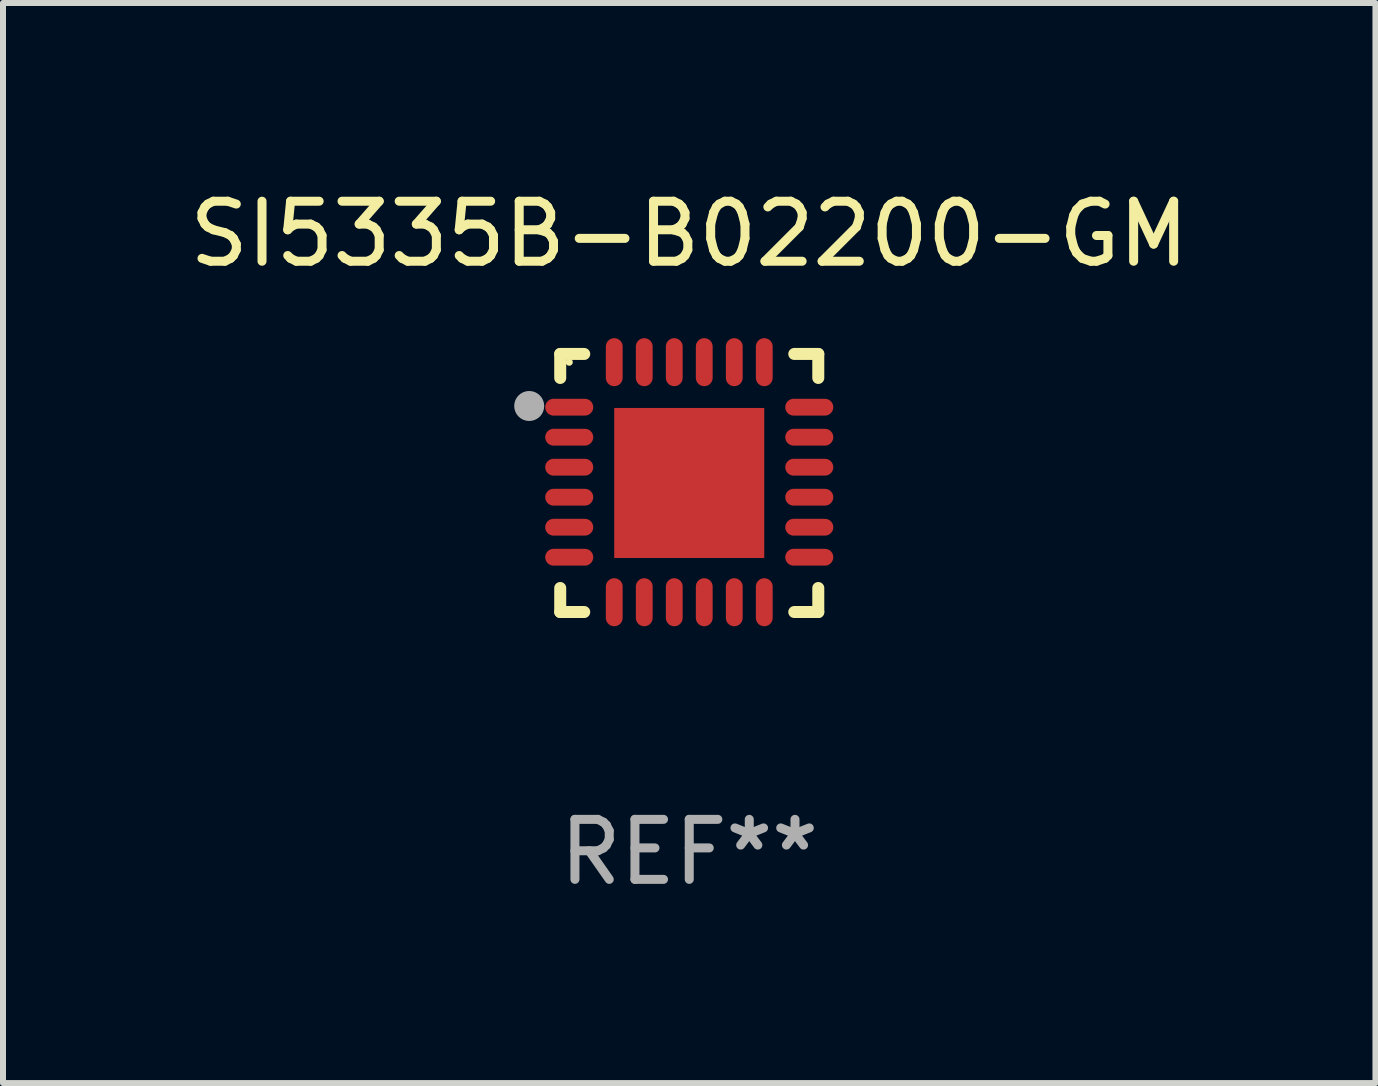
<source format=kicad_pcb>
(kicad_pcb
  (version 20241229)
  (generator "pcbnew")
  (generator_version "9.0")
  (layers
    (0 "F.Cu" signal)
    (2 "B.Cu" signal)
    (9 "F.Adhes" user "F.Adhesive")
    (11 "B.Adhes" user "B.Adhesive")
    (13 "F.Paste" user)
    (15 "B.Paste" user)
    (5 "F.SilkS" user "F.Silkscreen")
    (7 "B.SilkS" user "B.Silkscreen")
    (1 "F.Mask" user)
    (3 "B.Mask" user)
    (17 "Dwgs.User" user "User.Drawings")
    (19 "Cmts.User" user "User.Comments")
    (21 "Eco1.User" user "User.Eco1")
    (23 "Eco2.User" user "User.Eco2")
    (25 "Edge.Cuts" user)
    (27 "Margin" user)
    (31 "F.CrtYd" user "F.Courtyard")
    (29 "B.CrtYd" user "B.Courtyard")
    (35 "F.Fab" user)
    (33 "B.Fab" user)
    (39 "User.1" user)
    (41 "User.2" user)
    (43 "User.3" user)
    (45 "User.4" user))
  (footprint "SI5335B-B02200-GM"
    (layer "F.Cu")
    (at 8.435 4.998)
    (property "Reference" "SI5335B-B02200-GM" (at 0 -4.15 0) (layer "F.SilkS") (effects (font (size 1 1) (thickness 0.15))))
    (attr through_hole)
    (fp_line (start -2.15 -2.15) (end -1.75 -2.15) (stroke (width 0.2) (type solid)) (layer "F.SilkS"))
    (fp_line (start -2.15 -1.75) (end -2.15 -2.15) (stroke (width 0.2) (type solid)) (layer "F.SilkS"))
    (fp_line (start -2.15 2.15) (end -2.15 1.75) (stroke (width 0.2) (type solid)) (layer "F.SilkS"))
    (fp_line (start -1.75 2.15) (end -2.15 2.15) (stroke (width 0.2) (type solid)) (layer "F.SilkS"))
    (fp_line (start 1.75 -2.15) (end 2.15 -2.15) (stroke (width 0.2) (type solid)) (layer "F.SilkS"))
    (fp_line (start 1.75 2.15) (end 2.15 2.15) (stroke (width 0.2) (type solid)) (layer "F.SilkS"))
    (fp_line (start 2.15 -2.15) (end 2.15 -1.75) (stroke (width 0.2) (type solid)) (layer "F.SilkS"))
    (fp_line (start 2.15 2.15) (end 2.15 1.75) (stroke (width 0.2) (type solid)) (layer "F.SilkS"))
    (fp_circle (center -2 -2.013) (end -1.97 -2.013) (stroke (width 0.06) (type solid)) (fill no) (layer "F.SilkS"))
    (fp_circle (center -2.667 -1.283) (end -2.542 -1.283) (stroke (width 0.25) (type solid)) (fill no) (layer "F.Fab"))
    (fp_text user "REF**" (at 0 6.15 0) (layer "F.Fab") (effects (font (size 1 1) (thickness 0.15))))
    (pad "1" smd oval (at -2 -1.263) (size 0.8 0.28) (layers "F.Cu" "F.Mask" "F.Paste"))
    (pad "2" smd oval (at -2 -0.763) (size 0.8 0.28) (layers "F.Cu" "F.Mask" "F.Paste"))
    (pad "3" smd oval (at -2 -0.263) (size 0.8 0.28) (layers "F.Cu" "F.Mask" "F.Paste"))
    (pad "4" smd oval (at -2 0.237) (size 0.8 0.28) (layers "F.Cu" "F.Mask" "F.Paste"))
    (pad "5" smd oval (at -2 0.737) (size 0.8 0.28) (layers "F.Cu" "F.Mask" "F.Paste"))
    (pad "6" smd oval (at -2 1.237) (size 0.8 0.28) (layers "F.Cu" "F.Mask" "F.Paste"))
    (pad "7" smd oval (at -1.25 1.987) (size 0.28 0.8) (layers "F.Cu" "F.Mask" "F.Paste"))
    (pad "8" smd oval (at -0.75 1.987) (size 0.28 0.8) (layers "F.Cu" "F.Mask" "F.Paste"))
    (pad "9" smd oval (at -0.25 1.987) (size 0.28 0.8) (layers "F.Cu" "F.Mask" "F.Paste"))
    (pad "10" smd oval (at 0.25 1.987) (size 0.28 0.8) (layers "F.Cu" "F.Mask" "F.Paste"))
    (pad "11" smd oval (at 0.75 1.987) (size 0.28 0.8) (layers "F.Cu" "F.Mask" "F.Paste"))
    (pad "12" smd oval (at 1.25 1.987) (size 0.28 0.8) (layers "F.Cu" "F.Mask" "F.Paste"))
    (pad "13" smd oval (at 2 1.237) (size 0.8 0.28) (layers "F.Cu" "F.Mask" "F.Paste"))
    (pad "14" smd oval (at 2 0.737) (size 0.8 0.28) (layers "F.Cu" "F.Mask" "F.Paste"))
    (pad "15" smd oval (at 2 0.237) (size 0.8 0.28) (layers "F.Cu" "F.Mask" "F.Paste"))
    (pad "16" smd oval (at 2 -0.263) (size 0.8 0.28) (layers "F.Cu" "F.Mask" "F.Paste"))
    (pad "17" smd oval (at 2 -0.763) (size 0.8 0.28) (layers "F.Cu" "F.Mask" "F.Paste"))
    (pad "18" smd oval (at 2 -1.263) (size 0.8 0.28) (layers "F.Cu" "F.Mask" "F.Paste"))
    (pad "19" smd oval (at 1.25 -2.013) (size 0.28 0.8) (layers "F.Cu" "F.Mask" "F.Paste"))
    (pad "20" smd oval (at 0.75 -2.013) (size 0.28 0.8) (layers "F.Cu" "F.Mask" "F.Paste"))
    (pad "21" smd oval (at 0.25 -2.013) (size 0.28 0.8) (layers "F.Cu" "F.Mask" "F.Paste"))
    (pad "22" smd oval (at -0.25 -2.013) (size 0.28 0.8) (layers "F.Cu" "F.Mask" "F.Paste"))
    (pad "23" smd oval (at -0.75 -2.013) (size 0.28 0.8) (layers "F.Cu" "F.Mask" "F.Paste"))
    (pad "24" smd oval (at -1.25 -2.013) (size 0.28 0.8) (layers "F.Cu" "F.Mask" "F.Paste"))
    (pad "25" smd rect (at -0.000127 -0.00014) (size 2.5 2.5) (layers "F.Cu" "F.Mask" "F.Paste")))
  (gr_rect
    (start -3 -3)
    (end 19.869 14.997)
    (stroke (width 0.1) (type default))
    (fill no)
    (layer "Edge.Cuts")))
</source>
